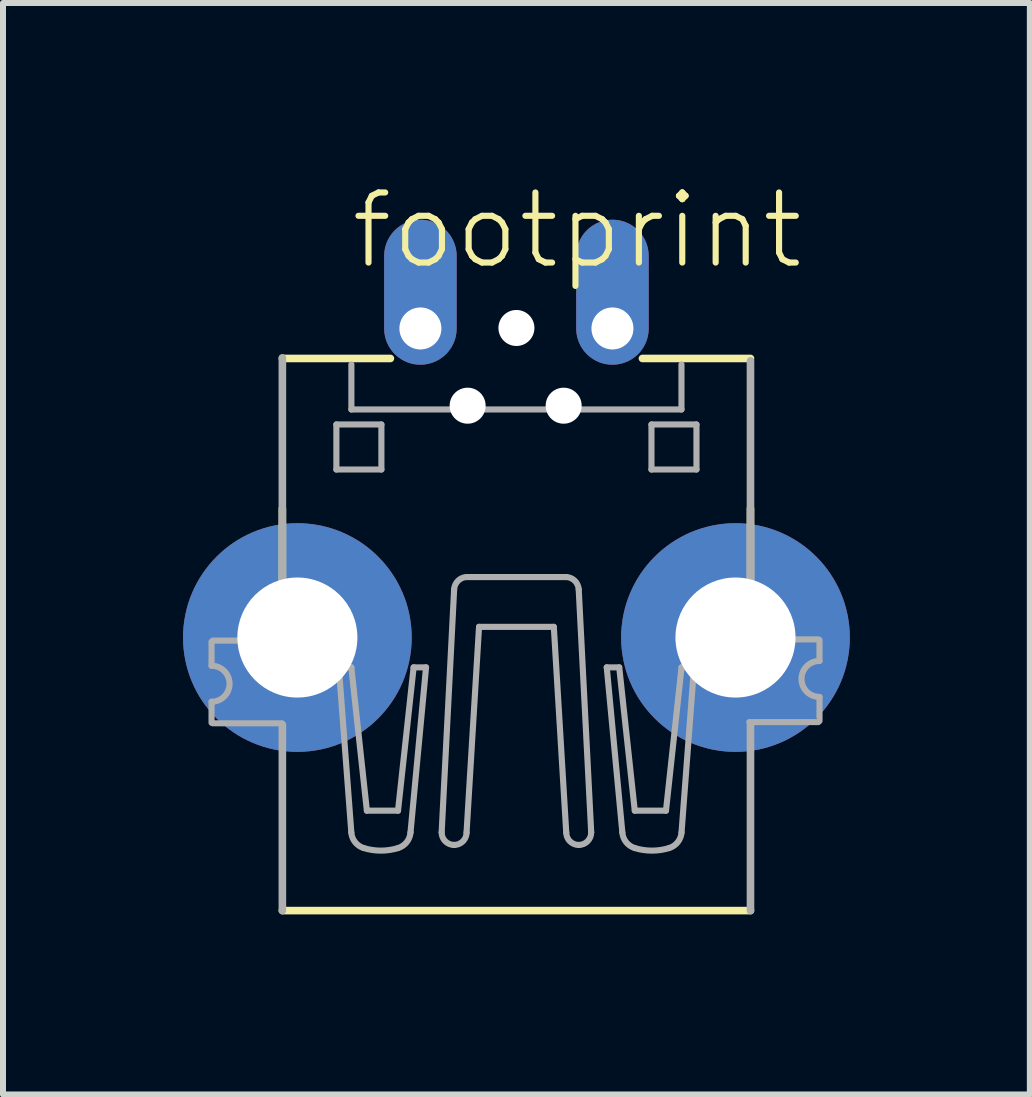
<source format=kicad_pcb>
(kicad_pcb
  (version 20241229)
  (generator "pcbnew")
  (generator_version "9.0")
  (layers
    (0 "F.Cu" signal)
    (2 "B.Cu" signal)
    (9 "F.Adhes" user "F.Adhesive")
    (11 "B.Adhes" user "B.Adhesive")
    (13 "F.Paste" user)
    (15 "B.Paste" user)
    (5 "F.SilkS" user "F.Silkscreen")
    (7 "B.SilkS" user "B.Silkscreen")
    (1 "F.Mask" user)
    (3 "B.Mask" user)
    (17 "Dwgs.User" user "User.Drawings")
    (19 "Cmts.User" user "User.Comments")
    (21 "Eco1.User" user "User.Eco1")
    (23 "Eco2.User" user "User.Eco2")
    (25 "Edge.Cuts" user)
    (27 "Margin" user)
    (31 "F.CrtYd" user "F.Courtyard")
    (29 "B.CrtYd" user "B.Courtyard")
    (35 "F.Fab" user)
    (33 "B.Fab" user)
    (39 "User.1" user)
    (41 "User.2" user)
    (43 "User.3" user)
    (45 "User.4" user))
  (footprint "footprint"
    (layer "F.Cu")
    (at 5.555 7.063)
    (property "Reference" "footprint" (at -2.81 -5.59 0) (layer "F.SilkS") (effects (font (size 1.168 1.168) (thickness 0.102)) (justify left bottom)))
    (fp_line (start -3.9 -4.14) (end -2.1 -4.14) (stroke (width 0.127) (type solid)) (layer "F.SilkS"))
    (fp_line (start -3.9 1.06) (end -3.9 -1.64) (stroke (width 0.127) (type solid)) (layer "F.SilkS"))
    (fp_line (start -3.9 5.06) (end 3.9 5.06) (stroke (width 0.127) (type solid)) (layer "F.SilkS"))
    (fp_line (start -1.038 3.966) (end -1.038 3.966) (stroke (width 0.102) (type solid)) (layer "F.SilkS"))
    (fp_line (start 2.1 -4.14) (end 3.9 -4.14) (stroke (width 0.127) (type solid)) (layer "F.SilkS"))
    (fp_line (start 3.9 -1.64) (end 3.9 0.46) (stroke (width 0.127) (type solid)) (layer "F.SilkS"))
    (fp_line (start -5.08 0.58) (end -5.08 0.98) (stroke (width 0.102) (type solid)) (layer "F.Fab"))
    (fp_line (start -5.08 1.93) (end -5.08 1.58) (stroke (width 0.102) (type solid)) (layer "F.Fab"))
    (fp_line (start -5.06 0.561) (end -3.91 0.561) (stroke (width 0.102) (type solid)) (layer "F.Fab"))
    (fp_line (start -3.91 1.939) (end -5.06 1.939) (stroke (width 0.102) (type solid)) (layer "F.Fab"))
    (fp_line (start -3.9 0.55) (end -3.9 -4.15) (stroke (width 0.127) (type solid)) (layer "F.Fab"))
    (fp_line (start -3.9 5.06) (end -3.9 1.96) (stroke (width 0.127) (type solid)) (layer "F.Fab"))
    (fp_line (start -3 -3.04) (end -2.25 -3.04) (stroke (width 0.102) (type solid)) (layer "F.Fab"))
    (fp_line (start -3 -2.29) (end -3 -3.04) (stroke (width 0.102) (type solid)) (layer "F.Fab"))
    (fp_line (start -2.959 1.007) (end -2.751 3.759) (stroke (width 0.102) (type solid)) (layer "F.Fab"))
    (fp_line (start -2.751 1.007) (end -2.959 1.007) (stroke (width 0.102) (type solid)) (layer "F.Fab"))
    (fp_line (start -2.75 -4.04) (end -2.75 -3.29) (stroke (width 0.102) (type solid)) (layer "F.Fab"))
    (fp_line (start -2.75 -3.29) (end 2.75 -3.29) (stroke (width 0.102) (type solid)) (layer "F.Fab"))
    (fp_line (start -2.492 3.395) (end -2.751 1.007) (stroke (width 0.102) (type solid)) (layer "F.Fab"))
    (fp_line (start -2.25 -3.04) (end -2.25 -2.29) (stroke (width 0.102) (type solid)) (layer "F.Fab"))
    (fp_line (start -2.25 -2.29) (end -3 -2.29) (stroke (width 0.102) (type solid)) (layer "F.Fab"))
    (fp_line (start -1.973 3.395) (end -2.492 3.395) (stroke (width 0.102) (type solid)) (layer "F.Fab"))
    (fp_line (start -1.765 3.759) (end -1.506 1.007) (stroke (width 0.102) (type solid)) (layer "F.Fab"))
    (fp_line (start -1.713 1.007) (end -1.973 3.395) (stroke (width 0.102) (type solid)) (layer "F.Fab"))
    (fp_line (start -1.506 1.007) (end -1.713 1.007) (stroke (width 0.102) (type solid)) (layer "F.Fab"))
    (fp_line (start -1.246 3.758) (end -1.038 -0.291) (stroke (width 0.102) (type solid)) (layer "F.Fab"))
    (fp_line (start -0.831 3.759) (end -0.623 0.332) (stroke (width 0.102) (type solid)) (layer "F.Fab"))
    (fp_line (start 0.623 0.332) (end -0.623 0.332) (stroke (width 0.102) (type solid)) (layer "F.Fab"))
    (fp_line (start 0.83 -0.498) (end -0.831 -0.498) (stroke (width 0.102) (type solid)) (layer "F.Fab"))
    (fp_line (start 0.83 3.759) (end 0.623 0.332) (stroke (width 0.102) (type solid)) (layer "F.Fab"))
    (fp_line (start 1.246 3.758) (end 1.038 -0.291) (stroke (width 0.102) (type solid)) (layer "F.Fab"))
    (fp_line (start 1.505 1.007) (end 1.713 1.007) (stroke (width 0.102) (type solid)) (layer "F.Fab"))
    (fp_line (start 1.713 1.007) (end 1.972 3.395) (stroke (width 0.102) (type solid)) (layer "F.Fab"))
    (fp_line (start 1.765 3.759) (end 1.505 1.007) (stroke (width 0.102) (type solid)) (layer "F.Fab"))
    (fp_line (start 1.972 3.395) (end 2.492 3.395) (stroke (width 0.102) (type solid)) (layer "F.Fab"))
    (fp_line (start 2.25 -3.04) (end 2.25 -2.29) (stroke (width 0.102) (type solid)) (layer "F.Fab"))
    (fp_line (start 2.25 -2.29) (end 3 -2.29) (stroke (width 0.102) (type solid)) (layer "F.Fab"))
    (fp_line (start 2.492 3.395) (end 2.751 1.007) (stroke (width 0.102) (type solid)) (layer "F.Fab"))
    (fp_line (start 2.75 -3.29) (end 2.75 -4.04) (stroke (width 0.102) (type solid)) (layer "F.Fab"))
    (fp_line (start 2.751 1.007) (end 2.959 1.007) (stroke (width 0.102) (type solid)) (layer "F.Fab"))
    (fp_line (start 2.959 1.007) (end 2.751 3.759) (stroke (width 0.102) (type solid)) (layer "F.Fab"))
    (fp_line (start 3 -3.04) (end 2.25 -3.04) (stroke (width 0.102) (type solid)) (layer "F.Fab"))
    (fp_line (start 3 -2.29) (end 3 -3.04) (stroke (width 0.102) (type solid)) (layer "F.Fab"))
    (fp_line (start 3.88 0.541) (end 5.03 0.541) (stroke (width 0.102) (type solid)) (layer "F.Fab"))
    (fp_line (start 3.9 0.5) (end 3.9 -4.1) (stroke (width 0.127) (type solid)) (layer "F.Fab"))
    (fp_line (start 3.9 5.06) (end 3.9 1.96) (stroke (width 0.127) (type solid)) (layer "F.Fab"))
    (fp_line (start 5.03 1.919) (end 3.88 1.919) (stroke (width 0.102) (type solid)) (layer "F.Fab"))
    (fp_line (start 5.05 0.55) (end 5.05 0.9) (stroke (width 0.102) (type solid)) (layer "F.Fab"))
    (fp_line (start 5.05 1.9) (end 5.05 1.5) (stroke (width 0.102) (type solid)) (layer "F.Fab"))
    (fp_arc (start -5.08 0.98) (mid -4.78 1.28) (end -5.08 1.58) (stroke (width 0.1016) (type solid)) (layer "F.Fab"))
    (fp_arc (start -2.5438 4.018) (mid -2.687659 3.920297) (end -2.7514 3.7585) (stroke (width 0.1016) (type solid)) (layer "F.Fab"))
    (fp_arc (start -1.9727 4.018) (mid -2.25825 4.060802) (end -2.5438 4.018) (stroke (width 0.1016) (type solid)) (layer "F.Fab"))
    (fp_arc (start -1.765099 3.758501) (mid -1.828841 3.920298) (end -1.9727 4.018) (stroke (width 0.1016) (type solid)) (layer "F.Fab"))
    (fp_arc (start -1.0383 -0.2908) (mid -0.974176 -0.434346) (end -0.830599 -0.498401) (stroke (width 0.1016) (type solid)) (layer "F.Fab"))
    (fp_arc (start -1.0383 3.9661) (mid -1.185095 3.905295) (end -1.2459 3.7585) (stroke (width 0.1016) (type solid)) (layer "F.Fab"))
    (fp_arc (start -0.8306 3.7585) (mid -0.891405 3.905295) (end -1.0382 3.9661) (stroke (width 0.1016) (type solid)) (layer "F.Fab"))
    (fp_arc (start 0.830398 -0.4984) (mid 0.97395 -0.434321) (end 1.0381 -0.2908) (stroke (width 0.1016) (type solid)) (layer "F.Fab"))
    (fp_arc (start 1.038 3.9661) (mid 0.891205 3.905295) (end 0.8304 3.7585) (stroke (width 0.1016) (type solid)) (layer "F.Fab"))
    (fp_arc (start 1.2457 3.7585) (mid 1.184895 3.905295) (end 1.0381 3.9661) (stroke (width 0.1016) (type solid)) (layer "F.Fab"))
    (fp_arc (start 1.9725 4.018) (mid 1.828641 3.920298) (end 1.764899 3.758501) (stroke (width 0.1016) (type solid)) (layer "F.Fab"))
    (fp_arc (start 2.5436 4.018) (mid 2.25805 4.060802) (end 1.9725 4.018) (stroke (width 0.1016) (type solid)) (layer "F.Fab"))
    (fp_arc (start 2.7512 3.7585) (mid 2.687459 3.920297) (end 2.5436 4.018) (stroke (width 0.1016) (type solid)) (layer "F.Fab"))
    (fp_arc (start 5.05 1.5) (mid 4.75 1.2) (end 5.05 0.9) (stroke (width 0.1016) (type solid)) (layer "F.Fab"))
    (pad "" np_thru_hole circle (at -0.813 -3.353) (size 0.6 0.6) (drill 0.6) (layers "*.Cu" "*.Mask"))
    (pad "" np_thru_hole circle (at 0 -4.648) (size 0.6 0.6) (drill 0.6) (layers "*.Cu" "*.Mask"))
    (pad "" np_thru_hole circle (at 0.787 -3.353) (size 0.6 0.6) (drill 0.6) (layers "*.Cu" "*.Mask"))
    (pad "GND" thru_hole oval (at 1.6 -4.64 90) (size 2.416 1.208) (drill 0.7 (offset 0.604 0)) (layers "*.Cu" "*.Mask"))
    (pad "GND1" thru_hole circle (at -3.65 0.51) (size 3.81 3.81) (drill 2) (layers "*.Cu" "*.Mask"))
    (pad "GND4" thru_hole circle (at 3.65 0.51) (size 3.81 3.81) (drill 2) (layers "*.Cu" "*.Mask"))
    (pad "VBUS" thru_hole oval (at -1.6 -4.64 90) (size 2.416 1.208) (drill 0.7 (offset 0.604 0)) (layers "*.Cu" "*.Mask")))
  (gr_rect
    (start -3 -3)
    (end 14.11 15.187)
    (stroke (width 0.1) (type default))
    (fill no)
    (layer "Edge.Cuts")))
</source>
